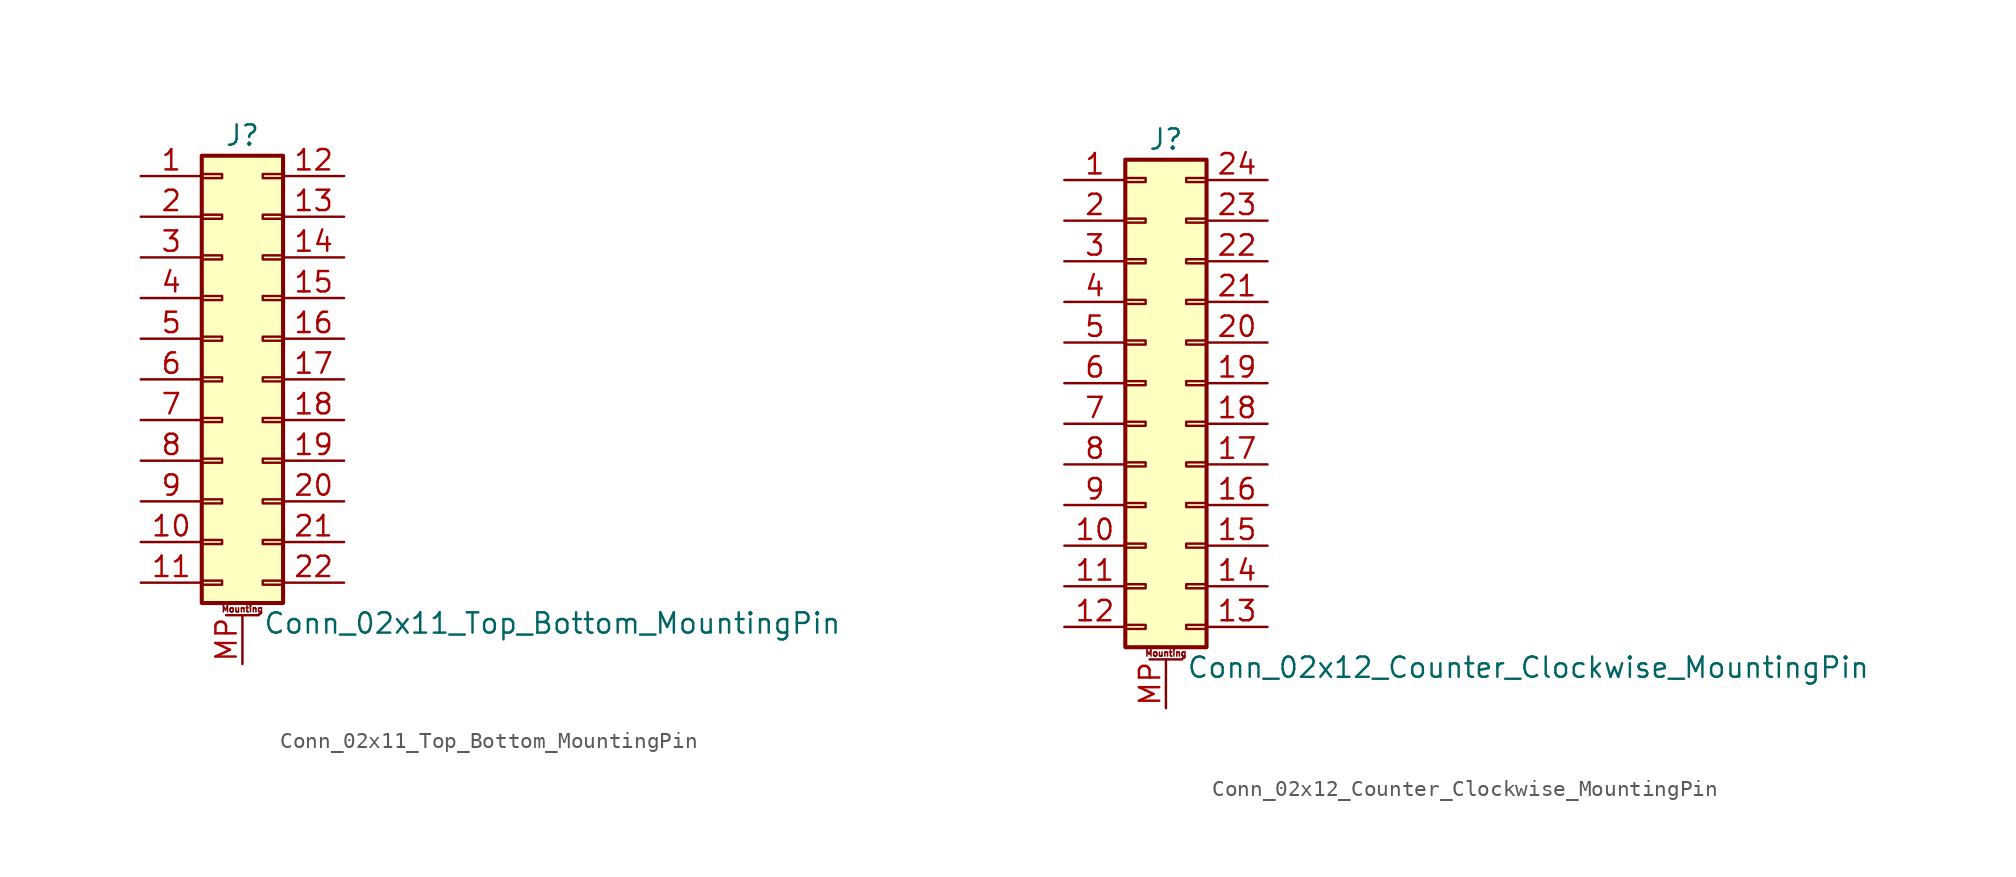
<source format=kicad_sym>
(kicad_symbol_lib
  (version 20201005)
  (generator kicad_symbol_editor)
  (symbol "Connector_Generic_MountingPin:Conn_02x11_Top_Bottom_MountingPin"
    (pin_names
      (offset 1.016) hide)
    (property "Reference" "J"
      (at 1.27 15.24 0)
      (effects (font (size 1.27 1.27))))
    (property "Value" "Conn_02x11_Top_Bottom_MountingPin"
      (at 2.54 -15.24 0)
      (effects (font (size 1.27 1.27)) (justify left)))
    (symbol "Conn_02x11_Top_Bottom_MountingPin_1_1"
      (text "Mounting" (at 1.27 -14.351 0) (effects (font (size 0.381 0.381))))
      (rectangle (start -1.27 -4.953) (end 0 -5.207) (stroke (width 0.152)) (fill (type none)))
      (rectangle (start -1.27 -7.493) (end 0 -7.747) (stroke (width 0.152)) (fill (type none)))
      (rectangle (start -1.27 -10.033) (end 0 -10.287) (stroke (width 0.152)) (fill (type none)))
      (rectangle (start -1.27 -12.573) (end 0 -12.827) (stroke (width 0.152)) (fill (type none)))
      (rectangle (start -1.27 -2.413) (end 0 -2.667) (stroke (width 0.152)) (fill (type none)))
      (rectangle (start -1.27 2.667) (end 0 2.413) (stroke (width 0.152)) (fill (type none)))
      (rectangle (start -1.27 5.207) (end 0 4.953) (stroke (width 0.152)) (fill (type none)))
      (rectangle (start -1.27 7.747) (end 0 7.493) (stroke (width 0.152)) (fill (type none)))
      (rectangle (start -1.27 10.287) (end 0 10.033) (stroke (width 0.152)) (fill (type none)))
      (rectangle (start -1.27 0.127) (end 0 -0.127) (stroke (width 0.152)) (fill (type none)))
      (rectangle (start -1.27 12.827) (end 0 12.573) (stroke (width 0.152)) (fill (type none)))
      (rectangle (start -1.27 13.97) (end 3.81 -13.97) (stroke (width 0.254)) (fill (type background)))
      (rectangle (start 3.81 -4.953) (end 2.54 -5.207) (stroke (width 0.152)) (fill (type none)))
      (rectangle (start 3.81 -7.493) (end 2.54 -7.747) (stroke (width 0.152)) (fill (type none)))
      (rectangle (start 3.81 -10.033) (end 2.54 -10.287) (stroke (width 0.152)) (fill (type none)))
      (rectangle (start 3.81 -12.573) (end 2.54 -12.827) (stroke (width 0.152)) (fill (type none)))
      (rectangle (start 3.81 -2.413) (end 2.54 -2.667) (stroke (width 0.152)) (fill (type none)))
      (rectangle (start 3.81 2.667) (end 2.54 2.413) (stroke (width 0.152)) (fill (type none)))
      (rectangle (start 3.81 5.207) (end 2.54 4.953) (stroke (width 0.152)) (fill (type none)))
      (rectangle (start 3.81 7.747) (end 2.54 7.493) (stroke (width 0.152)) (fill (type none)))
      (rectangle (start 3.81 10.287) (end 2.54 10.033) (stroke (width 0.152)) (fill (type none)))
      (rectangle (start 3.81 0.127) (end 2.54 -0.127) (stroke (width 0.152)) (fill (type none)))
      (rectangle (start 3.81 12.827) (end 2.54 12.573) (stroke (width 0.152)) (fill (type none)))
      (polyline (pts (xy 0.254 -14.732) (xy 2.286 -14.732)) (stroke (width 0.152)) (fill (type none)))
      (pin passive line (at 1.27 -17.78 90) (length 3.048) (name "MountPin" (effects (font (size 1.27 1.27)))) (number "MP" (effects (font (size 1.27 1.27)))))
      (pin passive line (at -5.08 12.7 0) (length 3.81) (name "Pin_1" (effects (font (size 1.27 1.27)))) (number "1" (effects (font (size 1.27 1.27)))))
      (pin passive line (at -5.08 -10.16 0) (length 3.81) (name "Pin_10" (effects (font (size 1.27 1.27)))) (number "10" (effects (font (size 1.27 1.27)))))
      (pin passive line (at -5.08 -12.7 0) (length 3.81) (name "Pin_11" (effects (font (size 1.27 1.27)))) (number "11" (effects (font (size 1.27 1.27)))))
      (pin passive line (at 7.62 12.7 180) (length 3.81) (name "Pin_12" (effects (font (size 1.27 1.27)))) (number "12" (effects (font (size 1.27 1.27)))))
      (pin passive line (at 7.62 10.16 180) (length 3.81) (name "Pin_13" (effects (font (size 1.27 1.27)))) (number "13" (effects (font (size 1.27 1.27)))))
      (pin passive line (at 7.62 7.62 180) (length 3.81) (name "Pin_14" (effects (font (size 1.27 1.27)))) (number "14" (effects (font (size 1.27 1.27)))))
      (pin passive line (at 7.62 5.08 180) (length 3.81) (name "Pin_15" (effects (font (size 1.27 1.27)))) (number "15" (effects (font (size 1.27 1.27)))))
      (pin passive line (at 7.62 2.54 180) (length 3.81) (name "Pin_16" (effects (font (size 1.27 1.27)))) (number "16" (effects (font (size 1.27 1.27)))))
      (pin passive line (at 7.62 0 180) (length 3.81) (name "Pin_17" (effects (font (size 1.27 1.27)))) (number "17" (effects (font (size 1.27 1.27)))))
      (pin passive line (at 7.62 -2.54 180) (length 3.81) (name "Pin_18" (effects (font (size 1.27 1.27)))) (number "18" (effects (font (size 1.27 1.27)))))
      (pin passive line (at 7.62 -5.08 180) (length 3.81) (name "Pin_19" (effects (font (size 1.27 1.27)))) (number "19" (effects (font (size 1.27 1.27)))))
      (pin passive line (at -5.08 10.16 0) (length 3.81) (name "Pin_2" (effects (font (size 1.27 1.27)))) (number "2" (effects (font (size 1.27 1.27)))))
      (pin passive line (at 7.62 -7.62 180) (length 3.81) (name "Pin_20" (effects (font (size 1.27 1.27)))) (number "20" (effects (font (size 1.27 1.27)))))
      (pin passive line (at 7.62 -10.16 180) (length 3.81) (name "Pin_21" (effects (font (size 1.27 1.27)))) (number "21" (effects (font (size 1.27 1.27)))))
      (pin passive line (at 7.62 -12.7 180) (length 3.81) (name "Pin_22" (effects (font (size 1.27 1.27)))) (number "22" (effects (font (size 1.27 1.27)))))
      (pin passive line (at -5.08 7.62 0) (length 3.81) (name "Pin_3" (effects (font (size 1.27 1.27)))) (number "3" (effects (font (size 1.27 1.27)))))
      (pin passive line (at -5.08 5.08 0) (length 3.81) (name "Pin_4" (effects (font (size 1.27 1.27)))) (number "4" (effects (font (size 1.27 1.27)))))
      (pin passive line (at -5.08 2.54 0) (length 3.81) (name "Pin_5" (effects (font (size 1.27 1.27)))) (number "5" (effects (font (size 1.27 1.27)))))
      (pin passive line (at -5.08 0 0) (length 3.81) (name "Pin_6" (effects (font (size 1.27 1.27)))) (number "6" (effects (font (size 1.27 1.27)))))
      (pin passive line (at -5.08 -2.54 0) (length 3.81) (name "Pin_7" (effects (font (size 1.27 1.27)))) (number "7" (effects (font (size 1.27 1.27)))))
      (pin passive line (at -5.08 -5.08 0) (length 3.81) (name "Pin_8" (effects (font (size 1.27 1.27)))) (number "8" (effects (font (size 1.27 1.27)))))
      (pin passive line (at -5.08 -7.62 0) (length 3.81) (name "Pin_9" (effects (font (size 1.27 1.27)))) (number "9" (effects (font (size 1.27 1.27)))))))
  (symbol "Connector_Generic_MountingPin:Conn_02x12_Counter_Clockwise_MountingPin"
    (pin_names
      (offset 1.016) hide)
    (property "Reference" "J"
      (at 1.27 15.24 0)
      (effects (font (size 1.27 1.27))))
    (property "Value" "Conn_02x12_Counter_Clockwise_MountingPin"
      (at 2.54 -17.78 0)
      (effects (font (size 1.27 1.27)) (justify left)))
    (symbol "Conn_02x12_Counter_Clockwise_MountingPin_1_1"
      (text "Mounting" (at 1.27 -16.891 0) (effects (font (size 0.381 0.381))))
      (rectangle (start -1.27 -4.953) (end 0 -5.207) (stroke (width 0.152)) (fill (type none)))
      (rectangle (start -1.27 -7.493) (end 0 -7.747) (stroke (width 0.152)) (fill (type none)))
      (rectangle (start -1.27 -10.033) (end 0 -10.287) (stroke (width 0.152)) (fill (type none)))
      (rectangle (start -1.27 -12.573) (end 0 -12.827) (stroke (width 0.152)) (fill (type none)))
      (rectangle (start -1.27 -15.113) (end 0 -15.367) (stroke (width 0.152)) (fill (type none)))
      (rectangle (start -1.27 -2.413) (end 0 -2.667) (stroke (width 0.152)) (fill (type none)))
      (rectangle (start -1.27 2.667) (end 0 2.413) (stroke (width 0.152)) (fill (type none)))
      (rectangle (start -1.27 5.207) (end 0 4.953) (stroke (width 0.152)) (fill (type none)))
      (rectangle (start -1.27 7.747) (end 0 7.493) (stroke (width 0.152)) (fill (type none)))
      (rectangle (start -1.27 10.287) (end 0 10.033) (stroke (width 0.152)) (fill (type none)))
      (rectangle (start -1.27 0.127) (end 0 -0.127) (stroke (width 0.152)) (fill (type none)))
      (rectangle (start -1.27 12.827) (end 0 12.573) (stroke (width 0.152)) (fill (type none)))
      (rectangle (start -1.27 13.97) (end 3.81 -16.51) (stroke (width 0.254)) (fill (type background)))
      (rectangle (start 3.81 -4.953) (end 2.54 -5.207) (stroke (width 0.152)) (fill (type none)))
      (rectangle (start 3.81 -7.493) (end 2.54 -7.747) (stroke (width 0.152)) (fill (type none)))
      (rectangle (start 3.81 -10.033) (end 2.54 -10.287) (stroke (width 0.152)) (fill (type none)))
      (rectangle (start 3.81 -12.573) (end 2.54 -12.827) (stroke (width 0.152)) (fill (type none)))
      (rectangle (start 3.81 -15.113) (end 2.54 -15.367) (stroke (width 0.152)) (fill (type none)))
      (rectangle (start 3.81 -2.413) (end 2.54 -2.667) (stroke (width 0.152)) (fill (type none)))
      (rectangle (start 3.81 2.667) (end 2.54 2.413) (stroke (width 0.152)) (fill (type none)))
      (rectangle (start 3.81 5.207) (end 2.54 4.953) (stroke (width 0.152)) (fill (type none)))
      (rectangle (start 3.81 7.747) (end 2.54 7.493) (stroke (width 0.152)) (fill (type none)))
      (rectangle (start 3.81 10.287) (end 2.54 10.033) (stroke (width 0.152)) (fill (type none)))
      (rectangle (start 3.81 0.127) (end 2.54 -0.127) (stroke (width 0.152)) (fill (type none)))
      (rectangle (start 3.81 12.827) (end 2.54 12.573) (stroke (width 0.152)) (fill (type none)))
      (polyline (pts (xy 0.254 -17.272) (xy 2.286 -17.272)) (stroke (width 0.152)) (fill (type none)))
      (pin passive line (at 1.27 -20.32 90) (length 3.048) (name "MountPin" (effects (font (size 1.27 1.27)))) (number "MP" (effects (font (size 1.27 1.27)))))
      (pin passive line (at -5.08 12.7 0) (length 3.81) (name "Pin_1" (effects (font (size 1.27 1.27)))) (number "1" (effects (font (size 1.27 1.27)))))
      (pin passive line (at -5.08 -10.16 0) (length 3.81) (name "Pin_10" (effects (font (size 1.27 1.27)))) (number "10" (effects (font (size 1.27 1.27)))))
      (pin passive line (at -5.08 -12.7 0) (length 3.81) (name "Pin_11" (effects (font (size 1.27 1.27)))) (number "11" (effects (font (size 1.27 1.27)))))
      (pin passive line (at -5.08 -15.24 0) (length 3.81) (name "Pin_12" (effects (font (size 1.27 1.27)))) (number "12" (effects (font (size 1.27 1.27)))))
      (pin passive line (at 7.62 -15.24 180) (length 3.81) (name "Pin_13" (effects (font (size 1.27 1.27)))) (number "13" (effects (font (size 1.27 1.27)))))
      (pin passive line (at 7.62 -12.7 180) (length 3.81) (name "Pin_14" (effects (font (size 1.27 1.27)))) (number "14" (effects (font (size 1.27 1.27)))))
      (pin passive line (at 7.62 -10.16 180) (length 3.81) (name "Pin_15" (effects (font (size 1.27 1.27)))) (number "15" (effects (font (size 1.27 1.27)))))
      (pin passive line (at 7.62 -7.62 180) (length 3.81) (name "Pin_16" (effects (font (size 1.27 1.27)))) (number "16" (effects (font (size 1.27 1.27)))))
      (pin passive line (at 7.62 -5.08 180) (length 3.81) (name "Pin_17" (effects (font (size 1.27 1.27)))) (number "17" (effects (font (size 1.27 1.27)))))
      (pin passive line (at 7.62 -2.54 180) (length 3.81) (name "Pin_18" (effects (font (size 1.27 1.27)))) (number "18" (effects (font (size 1.27 1.27)))))
      (pin passive line (at 7.62 0 180) (length 3.81) (name "Pin_19" (effects (font (size 1.27 1.27)))) (number "19" (effects (font (size 1.27 1.27)))))
      (pin passive line (at -5.08 10.16 0) (length 3.81) (name "Pin_2" (effects (font (size 1.27 1.27)))) (number "2" (effects (font (size 1.27 1.27)))))
      (pin passive line (at 7.62 2.54 180) (length 3.81) (name "Pin_20" (effects (font (size 1.27 1.27)))) (number "20" (effects (font (size 1.27 1.27)))))
      (pin passive line (at 7.62 5.08 180) (length 3.81) (name "Pin_21" (effects (font (size 1.27 1.27)))) (number "21" (effects (font (size 1.27 1.27)))))
      (pin passive line (at 7.62 7.62 180) (length 3.81) (name "Pin_22" (effects (font (size 1.27 1.27)))) (number "22" (effects (font (size 1.27 1.27)))))
      (pin passive line (at 7.62 10.16 180) (length 3.81) (name "Pin_23" (effects (font (size 1.27 1.27)))) (number "23" (effects (font (size 1.27 1.27)))))
      (pin passive line (at 7.62 12.7 180) (length 3.81) (name "Pin_24" (effects (font (size 1.27 1.27)))) (number "24" (effects (font (size 1.27 1.27)))))
      (pin passive line (at -5.08 7.62 0) (length 3.81) (name "Pin_3" (effects (font (size 1.27 1.27)))) (number "3" (effects (font (size 1.27 1.27)))))
      (pin passive line (at -5.08 5.08 0) (length 3.81) (name "Pin_4" (effects (font (size 1.27 1.27)))) (number "4" (effects (font (size 1.27 1.27)))))
      (pin passive line (at -5.08 2.54 0) (length 3.81) (name "Pin_5" (effects (font (size 1.27 1.27)))) (number "5" (effects (font (size 1.27 1.27)))))
      (pin passive line (at -5.08 0 0) (length 3.81) (name "Pin_6" (effects (font (size 1.27 1.27)))) (number "6" (effects (font (size 1.27 1.27)))))
      (pin passive line (at -5.08 -2.54 0) (length 3.81) (name "Pin_7" (effects (font (size 1.27 1.27)))) (number "7" (effects (font (size 1.27 1.27)))))
      (pin passive line (at -5.08 -5.08 0) (length 3.81) (name "Pin_8" (effects (font (size 1.27 1.27)))) (number "8" (effects (font (size 1.27 1.27)))))
      (pin passive line (at -5.08 -7.62 0) (length 3.81) (name "Pin_9" (effects (font (size 1.27 1.27)))) (number "9" (effects (font (size 1.27 1.27))))))))
</source>
